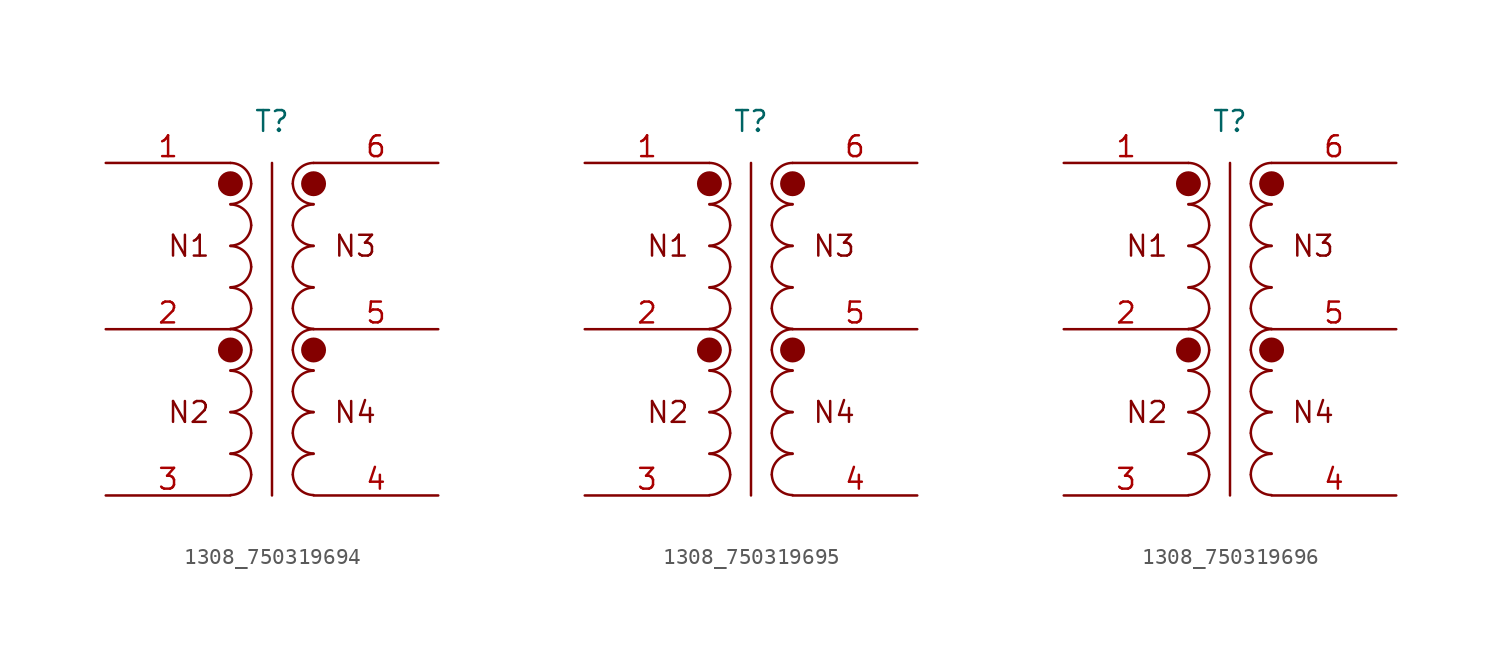
<source format=kicad_sym>
(kicad_symbol_lib
  (version 20220914)
  (generator kicad_symbol_editor)
  (symbol "1308_750319694"
    (pin_names hide)
    (property "Reference" "T"
      (at 0 12.7 0)
      (effects (font (size 1.27 1.27))))
    (property "Critical Parameter" ""
      (at 0 -5.08 0)
      (effects (font (size 1.27 1.27)) (justify left)))
    (symbol "1308_750319694_0_1"
      (arc (start -2.54 -10.1346) (mid -1.6561 -9.7663) (end -1.27 -8.89) (stroke (width 0) (type default)) (fill (type none)))
      (arc (start -2.54 -7.5946) (mid -1.6561 -7.2263) (end -1.27 -6.35) (stroke (width 0) (type default)) (fill (type none)))
      (arc (start -2.54 -5.0546) (mid -1.6561 -4.6863) (end -1.27 -3.81) (stroke (width 0) (type default)) (fill (type none)))
      (arc (start -2.54 -2.5146) (mid -1.6561 -2.1463) (end -1.27 -1.27) (stroke (width 0) (type default)) (fill (type none)))
      (arc (start -2.54 0.0254) (mid -1.6561 0.3937) (end -1.27 1.27) (stroke (width 0) (type default)) (fill (type none)))
      (arc (start -2.54 2.5654) (mid -1.6561 2.9337) (end -1.27 3.81) (stroke (width 0) (type default)) (fill (type none)))
      (arc (start -2.54 5.1054) (mid -1.6561 5.4737) (end -1.27 6.35) (stroke (width 0) (type default)) (fill (type none)))
      (arc (start -2.54 7.6454) (mid -1.6561 8.0137) (end -1.27 8.89) (stroke (width 0) (type default)) (fill (type none)))
      (arc (start -1.27 -8.89) (mid -1.642 -7.992) (end -2.54 -7.62) (stroke (width 0) (type default)) (fill (type none)))
      (arc (start -1.27 -6.35) (mid -1.642 -5.452) (end -2.54 -5.08) (stroke (width 0) (type default)) (fill (type none)))
      (arc (start -1.27 -3.81) (mid -1.642 -2.912) (end -2.54 -2.54) (stroke (width 0) (type default)) (fill (type none)))
      (arc (start -1.27 -1.27) (mid -1.642 -0.372) (end -2.54 0) (stroke (width 0) (type default)) (fill (type none)))
      (arc (start -1.27 1.27) (mid -1.642 2.168) (end -2.54 2.54) (stroke (width 0) (type default)) (fill (type none)))
      (arc (start -1.27 3.81) (mid -1.642 4.708) (end -2.54 5.08) (stroke (width 0) (type default)) (fill (type none)))
      (arc (start -1.27 6.35) (mid -1.642 7.248) (end -2.54 7.62) (stroke (width 0) (type default)) (fill (type none)))
      (arc (start -1.27 8.89) (mid -1.642 9.788) (end -2.54 10.16) (stroke (width 0) (type default)) (fill (type none)))
      (polyline (pts (xy 0 -10.16) (xy 0 10.16)) (stroke (width 0) (type default)) (fill (type none)))
      (arc (start 1.27 -8.89) (mid 1.6561 -9.7663) (end 2.54 -10.1346) (stroke (width 0) (type default)) (fill (type none)))
      (arc (start 1.27 -6.35) (mid 1.6561 -7.2263) (end 2.54 -7.5946) (stroke (width 0) (type default)) (fill (type none)))
      (arc (start 1.27 -3.81) (mid 1.6561 -4.6863) (end 2.54 -5.0546) (stroke (width 0) (type default)) (fill (type none)))
      (arc (start 1.27 -1.27) (mid 1.6561 -2.1463) (end 2.54 -2.5146) (stroke (width 0) (type default)) (fill (type none)))
      (arc (start 1.27 1.27) (mid 1.6561 0.3937) (end 2.54 0.0254) (stroke (width 0) (type default)) (fill (type none)))
      (arc (start 1.27 3.81) (mid 1.6561 2.9337) (end 2.54 2.5654) (stroke (width 0) (type default)) (fill (type none)))
      (arc (start 1.27 6.35) (mid 1.6561 5.4737) (end 2.54 5.1054) (stroke (width 0) (type default)) (fill (type none)))
      (arc (start 1.27 8.89) (mid 1.6561 8.0137) (end 2.54 7.6454) (stroke (width 0) (type default)) (fill (type none)))
      (arc (start 2.54 -7.62) (mid 1.642 -7.992) (end 1.27 -8.89) (stroke (width 0) (type default)) (fill (type none)))
      (arc (start 2.54 -5.08) (mid 1.642 -5.452) (end 1.27 -6.35) (stroke (width 0) (type default)) (fill (type none)))
      (arc (start 2.54 -2.54) (mid 1.642 -2.912) (end 1.27 -3.81) (stroke (width 0) (type default)) (fill (type none)))
      (arc (start 2.54 0) (mid 1.642 -0.372) (end 1.27 -1.27) (stroke (width 0) (type default)) (fill (type none)))
      (arc (start 2.54 2.54) (mid 1.642 2.168) (end 1.27 1.27) (stroke (width 0) (type default)) (fill (type none)))
      (arc (start 2.54 5.08) (mid 1.642 4.708) (end 1.27 3.81) (stroke (width 0) (type default)) (fill (type none)))
      (arc (start 2.54 7.62) (mid 1.642 7.248) (end 1.27 6.35) (stroke (width 0) (type default)) (fill (type none)))
      (arc (start 2.54 10.16) (mid 1.642 9.788) (end 1.27 8.89) (stroke (width 0) (type default)) (fill (type none))))
    (symbol "1308_750319694_1_1"
      (circle (center -2.54 -1.27) (radius 0.0001) (stroke (width 0.762) (type default)) (fill (type none)))
      (circle (center -2.54 8.89) (radius 0.0001) (stroke (width 0.762) (type default)) (fill (type none)))
      (circle (center 2.54 -1.27) (radius 0.0001) (stroke (width 0.762) (type default)) (fill (type none)))
      (circle (center 2.54 8.89) (radius 0.0001) (stroke (width 0.762) (type default)) (fill (type none)))
      (text "N1" (at -5.08 5.08 0) (effects (font (size 1.27 1.27))))
      (text "N2" (at -5.08 -5.08 0) (effects (font (size 1.27 1.27))))
      (text "N3" (at 5.08 5.08 0) (effects (font (size 1.27 1.27))))
      (text "N4" (at 5.08 -5.08 0) (effects (font (size 1.27 1.27))))
      (pin passive line (at -10.16 10.16 0) (length 7.62) (name "1" (effects (font (size 1.27 1.27)))) (number "1" (effects (font (size 1.27 1.27)))))
      (pin passive line (at -10.16 0 0) (length 7.62) (name "2" (effects (font (size 1.27 1.27)))) (number "2" (effects (font (size 1.27 1.27)))))
      (pin passive line (at -10.16 -10.16 0) (length 7.62) (name "3" (effects (font (size 1.27 1.27)))) (number "3" (effects (font (size 1.27 1.27)))))
      (pin passive line (at 10.16 -10.16 180) (length 7.62) (name "4" (effects (font (size 1.27 1.27)))) (number "4" (effects (font (size 1.27 1.27)))))
      (pin passive line (at 10.16 0 180) (length 7.62) (name "5" (effects (font (size 1.27 1.27)))) (number "5" (effects (font (size 1.27 1.27)))))
      (pin passive line (at 10.16 10.16 180) (length 7.62) (name "6" (effects (font (size 1.27 1.27)))) (number "6" (effects (font (size 1.27 1.27)))))))
  (symbol "1308_750319695"
    (pin_names hide)
    (property "Reference" "T"
      (at 0 12.7 0)
      (effects (font (size 1.27 1.27))))
    (property "Critical Parameter" ""
      (at 0 -5.08 0)
      (effects (font (size 1.27 1.27)) (justify left)))
    (symbol "1308_750319695_0_1"
      (arc (start -2.54 -10.1346) (mid -1.6561 -9.7663) (end -1.27 -8.89) (stroke (width 0) (type default)) (fill (type none)))
      (arc (start -2.54 -7.5946) (mid -1.6561 -7.2263) (end -1.27 -6.35) (stroke (width 0) (type default)) (fill (type none)))
      (arc (start -2.54 -5.0546) (mid -1.6561 -4.6863) (end -1.27 -3.81) (stroke (width 0) (type default)) (fill (type none)))
      (arc (start -2.54 -2.5146) (mid -1.6561 -2.1463) (end -1.27 -1.27) (stroke (width 0) (type default)) (fill (type none)))
      (arc (start -2.54 0.0254) (mid -1.6561 0.3937) (end -1.27 1.27) (stroke (width 0) (type default)) (fill (type none)))
      (arc (start -2.54 2.5654) (mid -1.6561 2.9337) (end -1.27 3.81) (stroke (width 0) (type default)) (fill (type none)))
      (arc (start -2.54 5.1054) (mid -1.6561 5.4737) (end -1.27 6.35) (stroke (width 0) (type default)) (fill (type none)))
      (arc (start -2.54 7.6454) (mid -1.6561 8.0137) (end -1.27 8.89) (stroke (width 0) (type default)) (fill (type none)))
      (arc (start -1.27 -8.89) (mid -1.642 -7.992) (end -2.54 -7.62) (stroke (width 0) (type default)) (fill (type none)))
      (arc (start -1.27 -6.35) (mid -1.642 -5.452) (end -2.54 -5.08) (stroke (width 0) (type default)) (fill (type none)))
      (arc (start -1.27 -3.81) (mid -1.642 -2.912) (end -2.54 -2.54) (stroke (width 0) (type default)) (fill (type none)))
      (arc (start -1.27 -1.27) (mid -1.642 -0.372) (end -2.54 0) (stroke (width 0) (type default)) (fill (type none)))
      (arc (start -1.27 1.27) (mid -1.642 2.168) (end -2.54 2.54) (stroke (width 0) (type default)) (fill (type none)))
      (arc (start -1.27 3.81) (mid -1.642 4.708) (end -2.54 5.08) (stroke (width 0) (type default)) (fill (type none)))
      (arc (start -1.27 6.35) (mid -1.642 7.248) (end -2.54 7.62) (stroke (width 0) (type default)) (fill (type none)))
      (arc (start -1.27 8.89) (mid -1.642 9.788) (end -2.54 10.16) (stroke (width 0) (type default)) (fill (type none)))
      (polyline (pts (xy 0 -10.16) (xy 0 10.16)) (stroke (width 0) (type default)) (fill (type none)))
      (arc (start 1.27 -8.89) (mid 1.6561 -9.7663) (end 2.54 -10.1346) (stroke (width 0) (type default)) (fill (type none)))
      (arc (start 1.27 -6.35) (mid 1.6561 -7.2263) (end 2.54 -7.5946) (stroke (width 0) (type default)) (fill (type none)))
      (arc (start 1.27 -3.81) (mid 1.6561 -4.6863) (end 2.54 -5.0546) (stroke (width 0) (type default)) (fill (type none)))
      (arc (start 1.27 -1.27) (mid 1.6561 -2.1463) (end 2.54 -2.5146) (stroke (width 0) (type default)) (fill (type none)))
      (arc (start 1.27 1.27) (mid 1.6561 0.3937) (end 2.54 0.0254) (stroke (width 0) (type default)) (fill (type none)))
      (arc (start 1.27 3.81) (mid 1.6561 2.9337) (end 2.54 2.5654) (stroke (width 0) (type default)) (fill (type none)))
      (arc (start 1.27 6.35) (mid 1.6561 5.4737) (end 2.54 5.1054) (stroke (width 0) (type default)) (fill (type none)))
      (arc (start 1.27 8.89) (mid 1.6561 8.0137) (end 2.54 7.6454) (stroke (width 0) (type default)) (fill (type none)))
      (arc (start 2.54 -7.62) (mid 1.642 -7.992) (end 1.27 -8.89) (stroke (width 0) (type default)) (fill (type none)))
      (arc (start 2.54 -5.08) (mid 1.642 -5.452) (end 1.27 -6.35) (stroke (width 0) (type default)) (fill (type none)))
      (arc (start 2.54 -2.54) (mid 1.642 -2.912) (end 1.27 -3.81) (stroke (width 0) (type default)) (fill (type none)))
      (arc (start 2.54 0) (mid 1.642 -0.372) (end 1.27 -1.27) (stroke (width 0) (type default)) (fill (type none)))
      (arc (start 2.54 2.54) (mid 1.642 2.168) (end 1.27 1.27) (stroke (width 0) (type default)) (fill (type none)))
      (arc (start 2.54 5.08) (mid 1.642 4.708) (end 1.27 3.81) (stroke (width 0) (type default)) (fill (type none)))
      (arc (start 2.54 7.62) (mid 1.642 7.248) (end 1.27 6.35) (stroke (width 0) (type default)) (fill (type none)))
      (arc (start 2.54 10.16) (mid 1.642 9.788) (end 1.27 8.89) (stroke (width 0) (type default)) (fill (type none))))
    (symbol "1308_750319695_1_1"
      (circle (center -2.54 -1.27) (radius 0.0001) (stroke (width 0.762) (type default)) (fill (type none)))
      (circle (center -2.54 8.89) (radius 0.0001) (stroke (width 0.762) (type default)) (fill (type none)))
      (circle (center 2.54 -1.27) (radius 0.0001) (stroke (width 0.762) (type default)) (fill (type none)))
      (circle (center 2.54 8.89) (radius 0.0001) (stroke (width 0.762) (type default)) (fill (type none)))
      (text "N1" (at -5.08 5.08 0) (effects (font (size 1.27 1.27))))
      (text "N2" (at -5.08 -5.08 0) (effects (font (size 1.27 1.27))))
      (text "N3" (at 5.08 5.08 0) (effects (font (size 1.27 1.27))))
      (text "N4" (at 5.08 -5.08 0) (effects (font (size 1.27 1.27))))
      (pin passive line (at -10.16 10.16 0) (length 7.62) (name "1" (effects (font (size 1.27 1.27)))) (number "1" (effects (font (size 1.27 1.27)))))
      (pin passive line (at -10.16 0 0) (length 7.62) (name "2" (effects (font (size 1.27 1.27)))) (number "2" (effects (font (size 1.27 1.27)))))
      (pin passive line (at -10.16 -10.16 0) (length 7.62) (name "3" (effects (font (size 1.27 1.27)))) (number "3" (effects (font (size 1.27 1.27)))))
      (pin passive line (at 10.16 -10.16 180) (length 7.62) (name "4" (effects (font (size 1.27 1.27)))) (number "4" (effects (font (size 1.27 1.27)))))
      (pin passive line (at 10.16 0 180) (length 7.62) (name "5" (effects (font (size 1.27 1.27)))) (number "5" (effects (font (size 1.27 1.27)))))
      (pin passive line (at 10.16 10.16 180) (length 7.62) (name "6" (effects (font (size 1.27 1.27)))) (number "6" (effects (font (size 1.27 1.27)))))))
  (symbol "1308_750319696"
    (pin_names hide)
    (property "Reference" "T"
      (at 0 12.7 0)
      (effects (font (size 1.27 1.27))))
    (property "Critical Parameter" ""
      (at 0 -5.08 0)
      (effects (font (size 1.27 1.27)) (justify left)))
    (symbol "1308_750319696_0_1"
      (arc (start -2.54 -10.1346) (mid -1.6561 -9.7663) (end -1.27 -8.89) (stroke (width 0) (type default)) (fill (type none)))
      (arc (start -2.54 -7.5946) (mid -1.6561 -7.2263) (end -1.27 -6.35) (stroke (width 0) (type default)) (fill (type none)))
      (arc (start -2.54 -5.0546) (mid -1.6561 -4.6863) (end -1.27 -3.81) (stroke (width 0) (type default)) (fill (type none)))
      (arc (start -2.54 -2.5146) (mid -1.6561 -2.1463) (end -1.27 -1.27) (stroke (width 0) (type default)) (fill (type none)))
      (arc (start -2.54 0.0254) (mid -1.6561 0.3937) (end -1.27 1.27) (stroke (width 0) (type default)) (fill (type none)))
      (arc (start -2.54 2.5654) (mid -1.6561 2.9337) (end -1.27 3.81) (stroke (width 0) (type default)) (fill (type none)))
      (arc (start -2.54 5.1054) (mid -1.6561 5.4737) (end -1.27 6.35) (stroke (width 0) (type default)) (fill (type none)))
      (arc (start -2.54 7.6454) (mid -1.6561 8.0137) (end -1.27 8.89) (stroke (width 0) (type default)) (fill (type none)))
      (arc (start -1.27 -8.89) (mid -1.642 -7.992) (end -2.54 -7.62) (stroke (width 0) (type default)) (fill (type none)))
      (arc (start -1.27 -6.35) (mid -1.642 -5.452) (end -2.54 -5.08) (stroke (width 0) (type default)) (fill (type none)))
      (arc (start -1.27 -3.81) (mid -1.642 -2.912) (end -2.54 -2.54) (stroke (width 0) (type default)) (fill (type none)))
      (arc (start -1.27 -1.27) (mid -1.642 -0.372) (end -2.54 0) (stroke (width 0) (type default)) (fill (type none)))
      (arc (start -1.27 1.27) (mid -1.642 2.168) (end -2.54 2.54) (stroke (width 0) (type default)) (fill (type none)))
      (arc (start -1.27 3.81) (mid -1.642 4.708) (end -2.54 5.08) (stroke (width 0) (type default)) (fill (type none)))
      (arc (start -1.27 6.35) (mid -1.642 7.248) (end -2.54 7.62) (stroke (width 0) (type default)) (fill (type none)))
      (arc (start -1.27 8.89) (mid -1.642 9.788) (end -2.54 10.16) (stroke (width 0) (type default)) (fill (type none)))
      (polyline (pts (xy 0 -10.16) (xy 0 10.16)) (stroke (width 0) (type default)) (fill (type none)))
      (arc (start 1.27 -8.89) (mid 1.6561 -9.7663) (end 2.54 -10.1346) (stroke (width 0) (type default)) (fill (type none)))
      (arc (start 1.27 -6.35) (mid 1.6561 -7.2263) (end 2.54 -7.5946) (stroke (width 0) (type default)) (fill (type none)))
      (arc (start 1.27 -3.81) (mid 1.6561 -4.6863) (end 2.54 -5.0546) (stroke (width 0) (type default)) (fill (type none)))
      (arc (start 1.27 -1.27) (mid 1.6561 -2.1463) (end 2.54 -2.5146) (stroke (width 0) (type default)) (fill (type none)))
      (arc (start 1.27 1.27) (mid 1.6561 0.3937) (end 2.54 0.0254) (stroke (width 0) (type default)) (fill (type none)))
      (arc (start 1.27 3.81) (mid 1.6561 2.9337) (end 2.54 2.5654) (stroke (width 0) (type default)) (fill (type none)))
      (arc (start 1.27 6.35) (mid 1.6561 5.4737) (end 2.54 5.1054) (stroke (width 0) (type default)) (fill (type none)))
      (arc (start 1.27 8.89) (mid 1.6561 8.0137) (end 2.54 7.6454) (stroke (width 0) (type default)) (fill (type none)))
      (arc (start 2.54 -7.62) (mid 1.642 -7.992) (end 1.27 -8.89) (stroke (width 0) (type default)) (fill (type none)))
      (arc (start 2.54 -5.08) (mid 1.642 -5.452) (end 1.27 -6.35) (stroke (width 0) (type default)) (fill (type none)))
      (arc (start 2.54 -2.54) (mid 1.642 -2.912) (end 1.27 -3.81) (stroke (width 0) (type default)) (fill (type none)))
      (arc (start 2.54 0) (mid 1.642 -0.372) (end 1.27 -1.27) (stroke (width 0) (type default)) (fill (type none)))
      (arc (start 2.54 2.54) (mid 1.642 2.168) (end 1.27 1.27) (stroke (width 0) (type default)) (fill (type none)))
      (arc (start 2.54 5.08) (mid 1.642 4.708) (end 1.27 3.81) (stroke (width 0) (type default)) (fill (type none)))
      (arc (start 2.54 7.62) (mid 1.642 7.248) (end 1.27 6.35) (stroke (width 0) (type default)) (fill (type none)))
      (arc (start 2.54 10.16) (mid 1.642 9.788) (end 1.27 8.89) (stroke (width 0) (type default)) (fill (type none))))
    (symbol "1308_750319696_1_1"
      (circle (center -2.54 -1.27) (radius 0.0001) (stroke (width 0.762) (type default)) (fill (type none)))
      (circle (center -2.54 8.89) (radius 0.0001) (stroke (width 0.762) (type default)) (fill (type none)))
      (circle (center 2.54 -1.27) (radius 0.0001) (stroke (width 0.762) (type default)) (fill (type none)))
      (circle (center 2.54 8.89) (radius 0.0001) (stroke (width 0.762) (type default)) (fill (type none)))
      (text "N1" (at -5.08 5.08 0) (effects (font (size 1.27 1.27))))
      (text "N2" (at -5.08 -5.08 0) (effects (font (size 1.27 1.27))))
      (text "N3" (at 5.08 5.08 0) (effects (font (size 1.27 1.27))))
      (text "N4" (at 5.08 -5.08 0) (effects (font (size 1.27 1.27))))
      (pin passive line (at -10.16 10.16 0) (length 7.62) (name "1" (effects (font (size 1.27 1.27)))) (number "1" (effects (font (size 1.27 1.27)))))
      (pin passive line (at -10.16 0 0) (length 7.62) (name "2" (effects (font (size 1.27 1.27)))) (number "2" (effects (font (size 1.27 1.27)))))
      (pin passive line (at -10.16 -10.16 0) (length 7.62) (name "3" (effects (font (size 1.27 1.27)))) (number "3" (effects (font (size 1.27 1.27)))))
      (pin passive line (at 10.16 -10.16 180) (length 7.62) (name "4" (effects (font (size 1.27 1.27)))) (number "4" (effects (font (size 1.27 1.27)))))
      (pin passive line (at 10.16 0 180) (length 7.62) (name "5" (effects (font (size 1.27 1.27)))) (number "5" (effects (font (size 1.27 1.27)))))
      (pin passive line (at 10.16 10.16 180) (length 7.62) (name "6" (effects (font (size 1.27 1.27)))) (number "6" (effects (font (size 1.27 1.27))))))))
</source>
